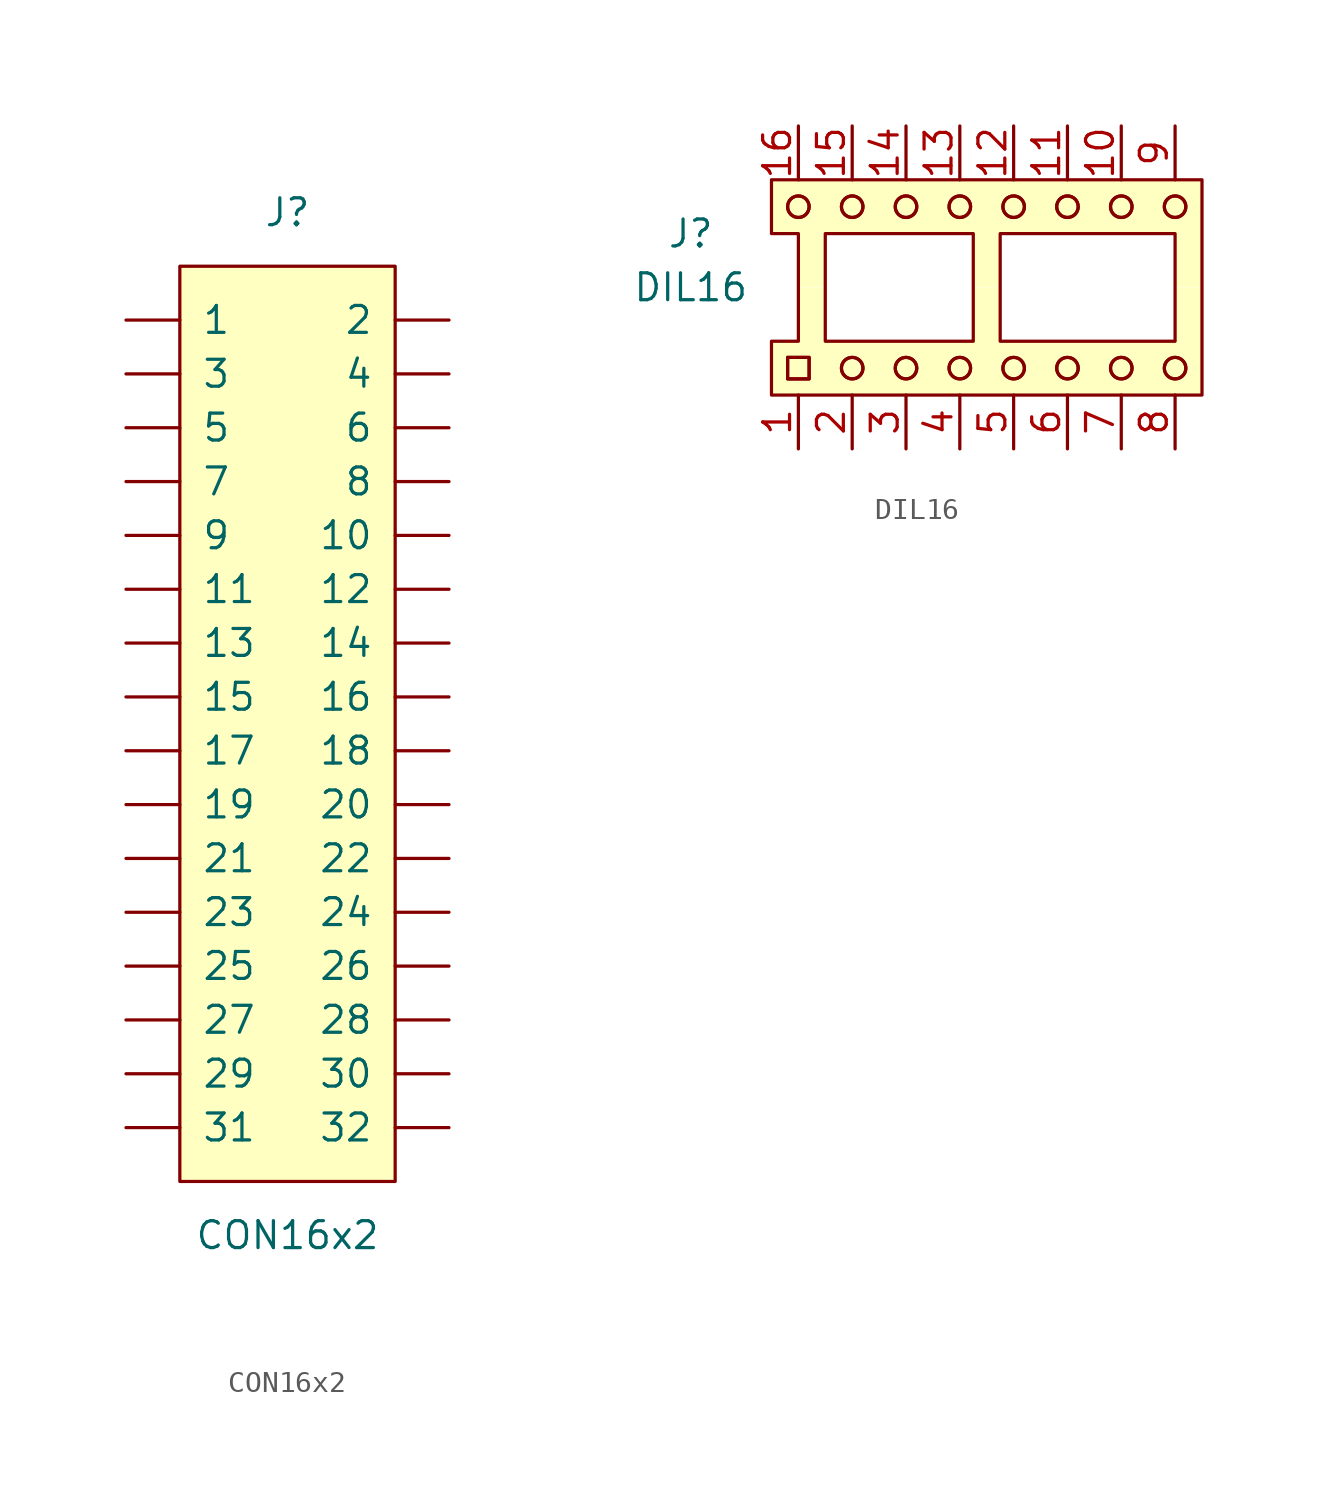
<source format=kicad_sym>
(kicad_symbol_lib
  (version 20220914)
  (generator kicad_symbol_editor)
  (symbol "CON16x2"
    (pin_numbers hide)
    (pin_names
      (offset 1.016))
    (property "Reference" "J"
      (at 0 25.4 0)
      (effects (font (size 1.27 1.27))))
    (property "Value" "CON16x2"
      (at 0 -22.86 0)
      (effects (font (size 1.27 1.27))))
    (symbol "CON16x2_0_0"
      (pin passive line (at -7.62 -5.08 0) (length 2.54) (name "21" (effects (font (size 1.27 1.27)))) (number "21" (effects (font (size 1.27 1.27)))))
      (pin passive line (at -7.62 -12.7 0) (length 2.54) (name "27" (effects (font (size 1.27 1.27)))) (number "27" (effects (font (size 1.27 1.27)))))
      (pin passive line (at -7.62 -17.78 0) (length 2.54) (name "31" (effects (font (size 1.27 1.27)))) (number "31" (effects (font (size 1.27 1.27))))))
    (symbol "CON16x2_0_1"
      (rectangle (start -5.08 22.86) (end 5.08 -20.32) (stroke (width 0.152) (type default)) (fill (type background))))
    (symbol "CON16x2_1_1"
      (pin passive line (at -7.62 20.32 0) (length 2.54) (name "1" (effects (font (size 1.27 1.27)))) (number "1" (effects (font (size 1.27 1.27)))))
      (pin passive line (at 7.62 10.16 180) (length 2.54) (name "10" (effects (font (size 1.27 1.27)))) (number "10" (effects (font (size 1.27 1.27)))))
      (pin passive line (at -7.62 7.62 0) (length 2.54) (name "11" (effects (font (size 1.27 1.27)))) (number "11" (effects (font (size 1.27 1.27)))))
      (pin passive line (at 7.62 7.62 180) (length 2.54) (name "12" (effects (font (size 1.27 1.27)))) (number "12" (effects (font (size 1.27 1.27)))))
      (pin passive line (at -7.62 5.08 0) (length 2.54) (name "13" (effects (font (size 1.27 1.27)))) (number "13" (effects (font (size 1.27 1.27)))))
      (pin passive line (at 7.62 5.08 180) (length 2.54) (name "14" (effects (font (size 1.27 1.27)))) (number "14" (effects (font (size 1.27 1.27)))))
      (pin passive line (at -7.62 2.54 0) (length 2.54) (name "15" (effects (font (size 1.27 1.27)))) (number "15" (effects (font (size 1.27 1.27)))))
      (pin passive line (at 7.62 2.54 180) (length 2.54) (name "16" (effects (font (size 1.27 1.27)))) (number "16" (effects (font (size 1.27 1.27)))))
      (pin passive line (at -7.62 0 0) (length 2.54) (name "17" (effects (font (size 1.27 1.27)))) (number "17" (effects (font (size 1.27 1.27)))))
      (pin passive line (at 7.62 0 180) (length 2.54) (name "18" (effects (font (size 1.27 1.27)))) (number "18" (effects (font (size 1.27 1.27)))))
      (pin passive line (at -7.62 -2.54 0) (length 2.54) (name "19" (effects (font (size 1.27 1.27)))) (number "19" (effects (font (size 1.27 1.27)))))
      (pin passive line (at 7.62 20.32 180) (length 2.54) (name "2" (effects (font (size 1.27 1.27)))) (number "2" (effects (font (size 1.27 1.27)))))
      (pin passive line (at 7.62 -2.54 180) (length 2.54) (name "20" (effects (font (size 1.27 1.27)))) (number "20" (effects (font (size 1.27 1.27)))))
      (pin passive line (at 7.62 -5.08 180) (length 2.54) (name "22" (effects (font (size 1.27 1.27)))) (number "22" (effects (font (size 1.27 1.27)))))
      (pin passive line (at -7.62 -7.62 0) (length 2.54) (name "23" (effects (font (size 1.27 1.27)))) (number "23" (effects (font (size 1.27 1.27)))))
      (pin passive line (at 7.62 -7.62 180) (length 2.54) (name "24" (effects (font (size 1.27 1.27)))) (number "24" (effects (font (size 1.27 1.27)))))
      (pin passive line (at -7.62 -10.16 0) (length 2.54) (name "25" (effects (font (size 1.27 1.27)))) (number "25" (effects (font (size 1.27 1.27)))))
      (pin passive line (at 7.62 -10.16 180) (length 2.54) (name "26" (effects (font (size 1.27 1.27)))) (number "26" (effects (font (size 1.27 1.27)))))
      (pin passive line (at 7.62 -12.7 180) (length 2.54) (name "28" (effects (font (size 1.27 1.27)))) (number "28" (effects (font (size 1.27 1.27)))))
      (pin passive line (at -7.62 -15.24 0) (length 2.54) (name "29" (effects (font (size 1.27 1.27)))) (number "29" (effects (font (size 1.27 1.27)))))
      (pin passive line (at -7.62 17.78 0) (length 2.54) (name "3" (effects (font (size 1.27 1.27)))) (number "3" (effects (font (size 1.27 1.27)))))
      (pin passive line (at 7.62 -15.24 180) (length 2.54) (name "30" (effects (font (size 1.27 1.27)))) (number "30" (effects (font (size 1.27 1.27)))))
      (pin passive line (at 7.62 -17.78 180) (length 2.54) (name "32" (effects (font (size 1.27 1.27)))) (number "32" (effects (font (size 1.27 1.27)))))
      (pin passive line (at 7.62 17.78 180) (length 2.54) (name "4" (effects (font (size 1.27 1.27)))) (number "4" (effects (font (size 1.27 1.27)))))
      (pin passive line (at -7.62 15.24 0) (length 2.54) (name "5" (effects (font (size 1.27 1.27)))) (number "5" (effects (font (size 1.27 1.27)))))
      (pin passive line (at 7.62 15.24 180) (length 2.54) (name "6" (effects (font (size 1.27 1.27)))) (number "6" (effects (font (size 1.27 1.27)))))
      (pin passive line (at -7.62 12.7 0) (length 2.54) (name "7" (effects (font (size 1.27 1.27)))) (number "7" (effects (font (size 1.27 1.27)))))
      (pin passive line (at 7.62 12.7 180) (length 2.54) (name "8" (effects (font (size 1.27 1.27)))) (number "8" (effects (font (size 1.27 1.27)))))
      (pin passive line (at -7.62 10.16 0) (length 2.54) (name "9" (effects (font (size 1.27 1.27)))) (number "9" (effects (font (size 1.27 1.27)))))))
  (symbol "DIL16"
    (pin_names hide)
    (property "Reference" "J"
      (at -12.7 2.54 0)
      (effects (font (size 1.27 1.27))))
    (property "Value" "DIL16"
      (at -12.7 0 0)
      (effects (font (size 1.27 1.27))))
    (symbol "DIL16_0_0"
      (pin passive line (at -7.62 -7.62 90) (length 2.54) (name "~" (effects (font (size 1.27 1.27)))) (number "1" (effects (font (size 1.27 1.27)))))
      (pin passive line (at 7.62 7.62 270) (length 2.54) (name "~" (effects (font (size 1.27 1.27)))) (number "10" (effects (font (size 1.27 1.27)))))
      (pin passive line (at 5.08 7.62 270) (length 2.54) (name "~" (effects (font (size 1.27 1.27)))) (number "11" (effects (font (size 1.27 1.27)))))
      (pin passive line (at 2.54 7.62 270) (length 2.54) (name "~" (effects (font (size 1.27 1.27)))) (number "12" (effects (font (size 1.27 1.27)))))
      (pin passive line (at 0 7.62 270) (length 2.54) (name "~" (effects (font (size 1.27 1.27)))) (number "13" (effects (font (size 1.27 1.27)))))
      (pin passive line (at -2.54 7.62 270) (length 2.54) (name "~" (effects (font (size 1.27 1.27)))) (number "14" (effects (font (size 1.27 1.27)))))
      (pin passive line (at -5.08 7.62 270) (length 2.54) (name "~" (effects (font (size 1.27 1.27)))) (number "15" (effects (font (size 1.27 1.27)))))
      (pin passive line (at -7.62 7.62 270) (length 2.54) (name "~" (effects (font (size 1.27 1.27)))) (number "16" (effects (font (size 1.27 1.27)))))
      (pin passive line (at -5.08 -7.62 90) (length 2.54) (name "~" (effects (font (size 1.27 1.27)))) (number "2" (effects (font (size 1.27 1.27)))))
      (pin passive line (at -2.54 -7.62 90) (length 2.54) (name "~" (effects (font (size 1.27 1.27)))) (number "3" (effects (font (size 1.27 1.27)))))
      (pin passive line (at 0 -7.62 90) (length 2.54) (name "~" (effects (font (size 1.27 1.27)))) (number "4" (effects (font (size 1.27 1.27)))))
      (pin passive line (at 2.54 -7.62 90) (length 2.54) (name "~" (effects (font (size 1.27 1.27)))) (number "5" (effects (font (size 1.27 1.27)))))
      (pin passive line (at 5.08 -7.62 90) (length 2.54) (name "~" (effects (font (size 1.27 1.27)))) (number "6" (effects (font (size 1.27 1.27)))))
      (pin passive line (at 7.62 -7.62 90) (length 2.54) (name "~" (effects (font (size 1.27 1.27)))) (number "7" (effects (font (size 1.27 1.27)))))
      (pin passive line (at 10.16 -7.62 90) (length 2.54) (name "~" (effects (font (size 1.27 1.27)))) (number "8" (effects (font (size 1.27 1.27)))))
      (pin passive line (at 10.16 7.62 270) (length 2.54) (name "~" (effects (font (size 1.27 1.27)))) (number "9" (effects (font (size 1.27 1.27))))))
    (symbol "DIL16_0_1"
      (rectangle (start -8.128 -3.302) (end -7.112 -4.318) (stroke (width 0) (type default)) (fill (type none)))
      (rectangle (start -8.128 -3.302) (end -7.112 -4.318) (stroke (width 0) (type default)) (fill (type none)))
      (circle (center -7.62 3.81) (radius 0.508) (stroke (width 0) (type default)) (fill (type none)))
      (circle (center -7.62 3.81) (radius 0.508) (stroke (width 0) (type default)) (fill (type none)))
      (rectangle (start -6.35 2.54) (end 0.635 -2.54) (stroke (width 0) (type default)) (fill (type none)))
      (circle (center -5.08 -3.81) (radius 0.508) (stroke (width 0) (type default)) (fill (type none)))
      (circle (center -5.08 -3.81) (radius 0.508) (stroke (width 0) (type default)) (fill (type none)))
      (circle (center -5.08 3.81) (radius 0.508) (stroke (width 0) (type default)) (fill (type none)))
      (circle (center -5.08 3.81) (radius 0.508) (stroke (width 0) (type default)) (fill (type none)))
      (circle (center -2.54 -3.81) (radius 0.508) (stroke (width 0) (type default)) (fill (type none)))
      (circle (center -2.54 -3.81) (radius 0.508) (stroke (width 0) (type default)) (fill (type none)))
      (circle (center -2.54 3.81) (radius 0.508) (stroke (width 0) (type default)) (fill (type none)))
      (circle (center -2.54 3.81) (radius 0.508) (stroke (width 0) (type default)) (fill (type none)))
      (circle (center 0 -3.81) (radius 0.508) (stroke (width 0) (type default)) (fill (type none)))
      (circle (center 0 -3.81) (radius 0.508) (stroke (width 0) (type default)) (fill (type none)))
      (polyline (pts (xy 11.43 5.08) (xy -8.89 5.08) (xy -8.89 2.54) (xy -7.62 2.54) (xy -7.62 -2.54) (xy -8.89 -2.54) (xy -8.89 -5.08) (xy 11.43 -5.08) (xy 11.43 5.08)) (stroke (width 0) (type default)) (fill (type none)))
      (polyline (pts (xy -7.62 0) (xy -6.35 0) (xy -6.35 -2.54) (xy 0.635 -2.54) (xy 0.635 0) (xy 1.905 0) (xy 1.905 -2.54) (xy 10.16 -2.54) (xy 10.16 0) (xy 11.43 0) (xy 11.43 -5.08) (xy -8.89 -5.08) (xy -8.89 -2.54) (xy -7.62 -2.54) (xy -7.62 0)) (stroke (width -0.025) (type default)) (fill (type background)))
      (polyline (pts (xy -7.62 0) (xy -6.35 0) (xy -6.35 2.54) (xy 0.635 2.54) (xy 0.635 0) (xy 1.905 0) (xy 1.905 2.54) (xy 10.16 2.54) (xy 10.16 0) (xy 11.43 0) (xy 11.43 5.08) (xy -8.89 5.08) (xy -8.89 2.54) (xy -7.62 2.54) (xy -7.62 0)) (stroke (width -0.025) (type default)) (fill (type background)))
      (circle (center 0 3.81) (radius 0.508) (stroke (width 0) (type default)) (fill (type none)))
      (circle (center 0 3.81) (radius 0.508) (stroke (width 0) (type default)) (fill (type none)))
      (rectangle (start 1.905 2.54) (end 10.16 -2.54) (stroke (width 0) (type default)) (fill (type none)))
      (circle (center 2.54 -3.81) (radius 0.508) (stroke (width 0) (type default)) (fill (type none)))
      (circle (center 2.54 -3.81) (radius 0.508) (stroke (width 0) (type default)) (fill (type none)))
      (circle (center 2.54 3.81) (radius 0.508) (stroke (width 0) (type default)) (fill (type none)))
      (circle (center 2.54 3.81) (radius 0.508) (stroke (width 0) (type default)) (fill (type none)))
      (circle (center 5.08 -3.81) (radius 0.508) (stroke (width 0) (type default)) (fill (type none)))
      (circle (center 5.08 -3.81) (radius 0.508) (stroke (width 0) (type default)) (fill (type none)))
      (circle (center 5.08 3.81) (radius 0.508) (stroke (width 0) (type default)) (fill (type none)))
      (circle (center 5.08 3.81) (radius 0.508) (stroke (width 0) (type default)) (fill (type none)))
      (circle (center 7.62 -3.81) (radius 0.508) (stroke (width 0) (type default)) (fill (type none)))
      (circle (center 7.62 -3.81) (radius 0.508) (stroke (width 0) (type default)) (fill (type none)))
      (circle (center 7.62 3.81) (radius 0.508) (stroke (width 0) (type default)) (fill (type none)))
      (circle (center 7.62 3.81) (radius 0.508) (stroke (width 0) (type default)) (fill (type none)))
      (circle (center 10.16 -3.81) (radius 0.508) (stroke (width 0) (type default)) (fill (type none)))
      (circle (center 10.16 -3.81) (radius 0.508) (stroke (width 0) (type default)) (fill (type none)))
      (circle (center 10.16 3.81) (radius 0.508) (stroke (width 0) (type default)) (fill (type none)))
      (circle (center 10.16 3.81) (radius 0.508) (stroke (width 0) (type default)) (fill (type none))))))
</source>
